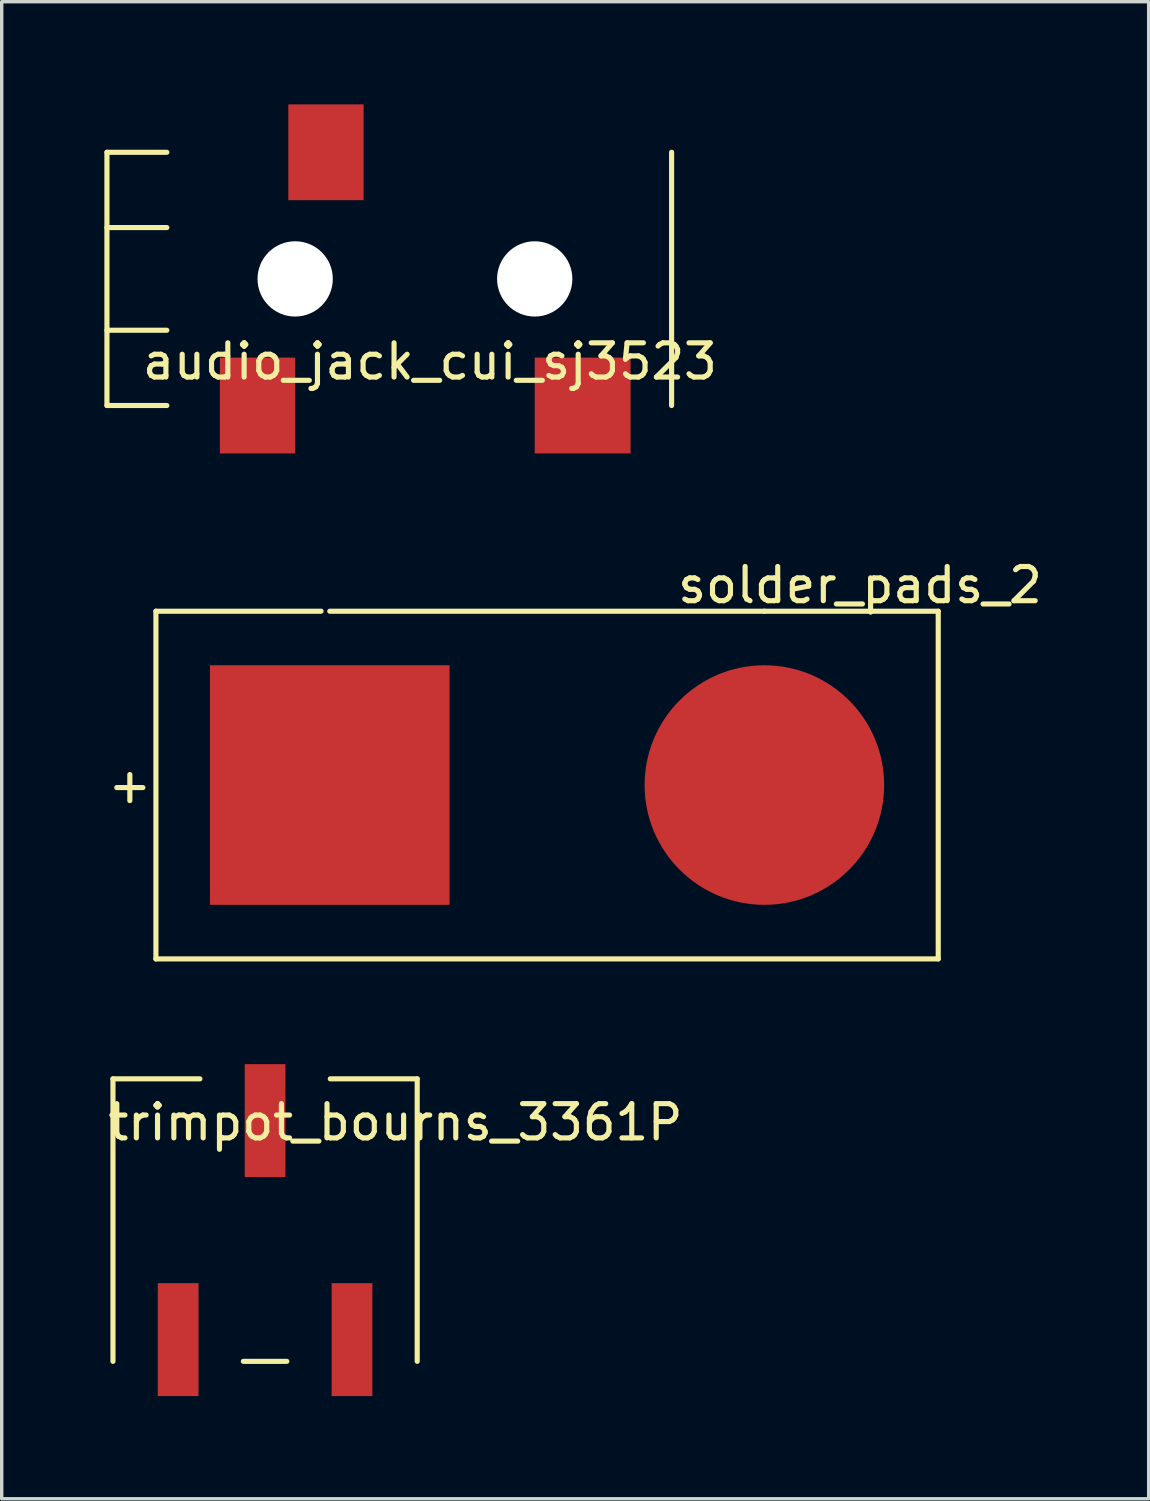
<source format=kicad_pcb>
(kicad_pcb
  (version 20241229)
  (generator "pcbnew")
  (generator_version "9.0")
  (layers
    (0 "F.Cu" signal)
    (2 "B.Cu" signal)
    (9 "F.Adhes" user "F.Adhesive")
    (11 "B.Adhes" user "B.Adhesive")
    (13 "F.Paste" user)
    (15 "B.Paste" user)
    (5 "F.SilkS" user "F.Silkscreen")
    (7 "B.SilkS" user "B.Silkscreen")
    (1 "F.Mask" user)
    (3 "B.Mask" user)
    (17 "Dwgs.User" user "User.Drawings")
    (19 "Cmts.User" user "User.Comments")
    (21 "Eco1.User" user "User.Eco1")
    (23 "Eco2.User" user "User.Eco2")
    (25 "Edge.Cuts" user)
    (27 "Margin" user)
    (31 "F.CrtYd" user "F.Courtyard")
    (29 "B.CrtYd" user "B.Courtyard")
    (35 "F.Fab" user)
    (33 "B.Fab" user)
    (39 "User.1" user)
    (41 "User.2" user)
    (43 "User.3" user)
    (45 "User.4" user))
  (footprint "audio_jack_cui_sj3523"
    (layer "F.Cu")
    (at 5.575 5.1)
    (property "Reference" "audio_jack_cui_sj3523" (at 3.937 2.413 0) (layer "F.SilkS") (effects (font (size 1 1) (thickness 0.15))))
    (attr through_hole)
    (fp_line (start -5.5 -3.7) (end -3.75 -3.7) (stroke (width 0.15) (type solid)) (layer "F.SilkS"))
    (fp_line (start -5.5 -1.5) (end -3.75 -1.5) (stroke (width 0.15) (type solid)) (layer "F.SilkS"))
    (fp_line (start -5.5 1.5) (end -3.75 1.5) (stroke (width 0.15) (type solid)) (layer "F.SilkS"))
    (fp_line (start -5.5 3.7) (end -5.5 -3.7) (stroke (width 0.15) (type solid)) (layer "F.SilkS"))
    (fp_line (start -5.5 3.7) (end -3.75 3.7) (stroke (width 0.15) (type solid)) (layer "F.SilkS"))
    (fp_line (start 11 3.7) (end 11 -3.7) (stroke (width 0.15) (type solid)) (layer "F.SilkS"))
    (pad "" np_thru_hole circle (at 0 0) (size 2.2 2.2) (drill 2.2) (layers "*.Cu" "*.Mask"))
    (pad "" np_thru_hole circle (at 7 0) (size 2.2 2.2) (drill 2.2) (layers "*.Cu" "*.Mask"))
    (pad "1" smd rect (at -1.1 3.7) (size 2.2 2.8) (layers "F.Cu" "F.Mask" "F.Paste"))
    (pad "2" smd rect (at 8.4 3.7) (size 2.8 2.8) (layers "F.Cu" "F.Mask" "F.Paste"))
    (pad "3" smd rect (at 0.9 -3.7) (size 2.2 2.8) (layers "F.Cu" "F.Mask" "F.Paste")))
  (footprint "trimpot_bourns_3361P"
    (layer "F.Cu")
    (at 4.696 36.095)
    (property "Reference" "trimpot_bourns_3361P" (at 3.81 -6.35 0) (layer "F.SilkS") (effects (font (size 1 1) (thickness 0.15))))
    (attr through_hole)
    (fp_line (start -4.445 -7.62) (end -1.905 -7.62) (stroke (width 0.15) (type solid)) (layer "F.SilkS"))
    (fp_line (start -4.445 0.635) (end -4.445 -7.62) (stroke (width 0.15) (type solid)) (layer "F.SilkS"))
    (fp_line (start -0.635 0.635) (end 0.635 0.635) (stroke (width 0.15) (type solid)) (layer "F.SilkS"))
    (fp_line (start 1.905 -7.62) (end 4.445 -7.62) (stroke (width 0.15) (type solid)) (layer "F.SilkS"))
    (fp_line (start 4.445 -7.62) (end 4.445 0.635) (stroke (width 0.15) (type solid)) (layer "F.SilkS"))
    (pad "1" smd rect (at -2.54 0) (size 1.19 3.3) (layers "F.Cu" "F.Mask" "F.Paste"))
    (pad "2" smd rect (at 0 -6.4) (size 1.19 3.3) (layers "F.Cu" "F.Mask" "F.Paste"))
    (pad "3" smd rect (at 2.54 0) (size 1.19 3.3) (layers "F.Cu" "F.Mask" "F.Paste")))
  (footprint "solder_pads_2"
    (layer "F.Cu")
    (at 6.586 19.89)
    (property "Reference" "solder_pads_2" (at 15.494 -5.842 0) (layer "F.SilkS") (effects (font (size 1 1) (thickness 0.15))))
    (attr through_hole)
    (fp_line (start -5.08 -5.08) (end -5.08 5.08) (stroke (width 0.15) (type solid)) (layer "F.SilkS"))
    (fp_line (start -5.08 5.08) (end 17.78 5.08) (stroke (width 0.15) (type solid)) (layer "F.SilkS"))
    (fp_line (start -0.254 -5.08) (end -5.08 -5.08) (stroke (width 0.15) (type solid)) (layer "F.SilkS"))
    (fp_line (start 0 -5.08) (end 12.7 -5.08) (stroke (width 0.15) (type solid)) (layer "F.SilkS"))
    (fp_line (start 17.78 -5.08) (end 12.7 -5.08) (stroke (width 0.15) (type solid)) (layer "F.SilkS"))
    (fp_line (start 17.78 5.08) (end 17.78 -5.08) (stroke (width 0.15) (type solid)) (layer "F.SilkS"))
    (fp_text user "+" (at -5.842 0 0) (layer "F.SilkS") (effects (font (size 1 1) (thickness 0.15))))
    (pad "1" smd rect (at 0 0) (size 7 7) (layers "F.Cu" "F.Mask" "F.Paste"))
    (pad "2" smd circle (at 12.7 0) (size 7 7) (layers "F.Cu" "F.Mask" "F.Paste")))
  (gr_rect
    (start -3 -3)
    (end 30.515 40.745)
    (stroke (width 0.1) (type default))
    (fill no)
    (layer "Edge.Cuts")))
</source>
